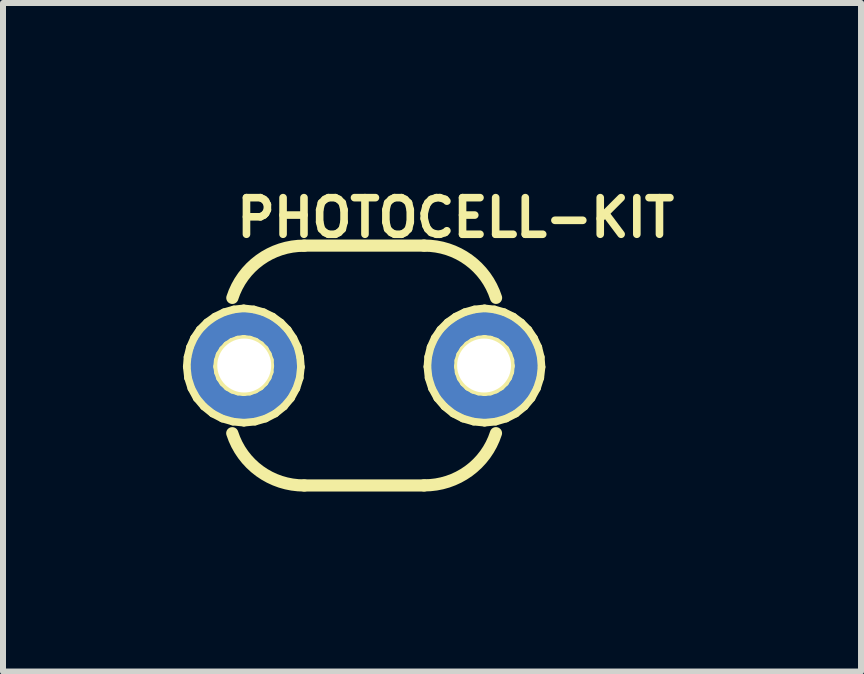
<source format=kicad_pcb>
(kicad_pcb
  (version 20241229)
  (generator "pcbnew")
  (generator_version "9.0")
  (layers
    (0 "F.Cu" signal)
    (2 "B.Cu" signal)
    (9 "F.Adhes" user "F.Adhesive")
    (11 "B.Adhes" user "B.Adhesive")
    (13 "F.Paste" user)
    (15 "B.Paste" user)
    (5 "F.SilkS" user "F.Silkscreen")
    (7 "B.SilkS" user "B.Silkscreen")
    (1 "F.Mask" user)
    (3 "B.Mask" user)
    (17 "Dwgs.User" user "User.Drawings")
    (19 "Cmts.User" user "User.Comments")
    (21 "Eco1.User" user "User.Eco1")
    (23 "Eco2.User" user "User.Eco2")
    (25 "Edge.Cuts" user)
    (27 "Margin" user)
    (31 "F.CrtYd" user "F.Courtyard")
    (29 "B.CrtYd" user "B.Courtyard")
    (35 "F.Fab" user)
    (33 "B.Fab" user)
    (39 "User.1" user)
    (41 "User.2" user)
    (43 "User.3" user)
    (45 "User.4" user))
  (footprint "PHOTOCELL-KIT"
    (layer "F.Cu")
    (at 3.02 3.043)
    (property "Reference" "PHOTOCELL-KIT" (at 1.524 -2.464 0) (layer "F.SilkS") (effects (font (size 0.61 0.61) (thickness 0.127))))
    (attr exclude_from_pos_files exclude_from_bom)
    (fp_line (start -2.957 0.02) (end -2.944 -0.142) (stroke (width 0.127) (type solid)) (layer "F.SilkS"))
    (fp_line (start -2.944 -0.142) (end -2.903 -0.307) (stroke (width 0.127) (type solid)) (layer "F.SilkS"))
    (fp_line (start -2.936 0.206) (end -2.957 0.02) (stroke (width 0.127) (type solid)) (layer "F.SilkS"))
    (fp_line (start -2.903 -0.307) (end -2.835 -0.46) (stroke (width 0.127) (type solid)) (layer "F.SilkS"))
    (fp_line (start -2.88 0.381) (end -2.936 0.206) (stroke (width 0.127) (type solid)) (layer "F.SilkS"))
    (fp_line (start -2.835 -0.46) (end -2.741 -0.599) (stroke (width 0.127) (type solid)) (layer "F.SilkS"))
    (fp_line (start -2.791 0.544) (end -2.88 0.381) (stroke (width 0.127) (type solid)) (layer "F.SilkS"))
    (fp_line (start -2.741 -0.599) (end -2.621 -0.719) (stroke (width 0.127) (type solid)) (layer "F.SilkS"))
    (fp_line (start -2.672 0.683) (end -2.791 0.544) (stroke (width 0.127) (type solid)) (layer "F.SilkS"))
    (fp_line (start -2.621 -0.719) (end -2.487 -0.815) (stroke (width 0.127) (type solid)) (layer "F.SilkS"))
    (fp_line (start -2.527 0.8) (end -2.672 0.683) (stroke (width 0.127) (type solid)) (layer "F.SilkS"))
    (fp_line (start -2.487 -0.815) (end -2.334 -0.889) (stroke (width 0.127) (type solid)) (layer "F.SilkS"))
    (fp_line (start -2.451 0.018) (end -2.441 -0.081) (stroke (width 0.127) (type solid)) (layer "F.SilkS"))
    (fp_line (start -2.441 -0.081) (end -2.41 -0.178) (stroke (width 0.127) (type solid)) (layer "F.SilkS"))
    (fp_line (start -2.436 0.114) (end -2.451 0.018) (stroke (width 0.127) (type solid)) (layer "F.SilkS"))
    (fp_line (start -2.41 -0.178) (end -2.357 -0.264) (stroke (width 0.127) (type solid)) (layer "F.SilkS"))
    (fp_line (start -2.403 0.206) (end -2.436 0.114) (stroke (width 0.127) (type solid)) (layer "F.SilkS"))
    (fp_line (start -2.365 0.884) (end -2.527 0.8) (stroke (width 0.127) (type solid)) (layer "F.SilkS"))
    (fp_line (start -2.357 -0.264) (end -2.286 -0.34) (stroke (width 0.127) (type solid)) (layer "F.SilkS"))
    (fp_line (start -2.349 0.287) (end -2.403 0.206) (stroke (width 0.127) (type solid)) (layer "F.SilkS"))
    (fp_line (start -2.334 -0.889) (end -2.172 -0.935) (stroke (width 0.127) (type solid)) (layer "F.SilkS"))
    (fp_line (start -2.286 -0.34) (end -2.202 -0.396) (stroke (width 0.127) (type solid)) (layer "F.SilkS"))
    (fp_line (start -2.278 0.356) (end -2.349 0.287) (stroke (width 0.127) (type solid)) (layer "F.SilkS"))
    (fp_line (start -2.202 -0.396) (end -2.106 -0.432) (stroke (width 0.127) (type solid)) (layer "F.SilkS"))
    (fp_line (start -2.195 0.404) (end -2.278 0.356) (stroke (width 0.127) (type solid)) (layer "F.SilkS"))
    (fp_line (start -2.187 0.935) (end -2.365 0.884) (stroke (width 0.127) (type solid)) (layer "F.SilkS"))
    (fp_line (start -2.172 -0.935) (end -2.007 -0.953) (stroke (width 0.127) (type solid)) (layer "F.SilkS"))
    (fp_line (start -2.106 -0.432) (end -2.007 -0.445) (stroke (width 0.127) (type solid)) (layer "F.SilkS"))
    (fp_line (start -2.103 0.434) (end -2.195 0.404) (stroke (width 0.127) (type solid)) (layer "F.SilkS"))
    (fp_line (start -2.007 -0.953) (end -1.839 -0.935) (stroke (width 0.127) (type solid)) (layer "F.SilkS"))
    (fp_line (start -2.007 -0.445) (end -1.905 -0.432) (stroke (width 0.127) (type solid)) (layer "F.SilkS"))
    (fp_line (start -2.007 0.445) (end -2.103 0.434) (stroke (width 0.127) (type solid)) (layer "F.SilkS"))
    (fp_line (start -2.004 0.953) (end -2.187 0.935) (stroke (width 0.127) (type solid)) (layer "F.SilkS"))
    (fp_line (start -1.908 0.434) (end -2.007 0.445) (stroke (width 0.127) (type solid)) (layer "F.SilkS"))
    (fp_line (start -1.905 -0.432) (end -1.811 -0.399) (stroke (width 0.127) (type solid)) (layer "F.SilkS"))
    (fp_line (start -1.839 -0.935) (end -1.676 -0.889) (stroke (width 0.127) (type solid)) (layer "F.SilkS"))
    (fp_line (start -1.819 0.935) (end -2.004 0.953) (stroke (width 0.127) (type solid)) (layer "F.SilkS"))
    (fp_line (start -1.816 0.401) (end -1.908 0.434) (stroke (width 0.127) (type solid)) (layer "F.SilkS"))
    (fp_line (start -1.811 -0.399) (end -1.727 -0.343) (stroke (width 0.127) (type solid)) (layer "F.SilkS"))
    (fp_line (start -1.732 0.351) (end -1.816 0.401) (stroke (width 0.127) (type solid)) (layer "F.SilkS"))
    (fp_line (start -1.727 -0.343) (end -1.656 -0.272) (stroke (width 0.127) (type solid)) (layer "F.SilkS"))
    (fp_line (start -1.676 -0.889) (end -1.524 -0.815) (stroke (width 0.127) (type solid)) (layer "F.SilkS"))
    (fp_line (start -1.661 0.282) (end -1.732 0.351) (stroke (width 0.127) (type solid)) (layer "F.SilkS"))
    (fp_line (start -1.656 -0.272) (end -1.605 -0.185) (stroke (width 0.127) (type solid)) (layer "F.SilkS"))
    (fp_line (start -1.643 0.884) (end -1.819 0.935) (stroke (width 0.127) (type solid)) (layer "F.SilkS"))
    (fp_line (start -1.608 0.198) (end -1.661 0.282) (stroke (width 0.127) (type solid)) (layer "F.SilkS"))
    (fp_line (start -1.605 -0.185) (end -1.572 -0.089) (stroke (width 0.127) (type solid)) (layer "F.SilkS"))
    (fp_line (start -1.575 0.107) (end -1.608 0.198) (stroke (width 0.127) (type solid)) (layer "F.SilkS"))
    (fp_line (start -1.572 -0.089) (end -1.565 0.008) (stroke (width 0.127) (type solid)) (layer "F.SilkS"))
    (fp_line (start -1.565 0.008) (end -1.575 0.107) (stroke (width 0.127) (type solid)) (layer "F.SilkS"))
    (fp_line (start -1.524 -0.815) (end -1.389 -0.716) (stroke (width 0.127) (type solid)) (layer "F.SilkS"))
    (fp_line (start -1.481 0.8) (end -1.643 0.884) (stroke (width 0.127) (type solid)) (layer "F.SilkS"))
    (fp_line (start -1.389 -0.716) (end -1.273 -0.597) (stroke (width 0.127) (type solid)) (layer "F.SilkS"))
    (fp_line (start -1.336 0.683) (end -1.481 0.8) (stroke (width 0.127) (type solid)) (layer "F.SilkS"))
    (fp_line (start -1.273 -0.597) (end -1.179 -0.457) (stroke (width 0.127) (type solid)) (layer "F.SilkS"))
    (fp_line (start -1.219 0.544) (end -1.336 0.683) (stroke (width 0.127) (type solid)) (layer "F.SilkS"))
    (fp_line (start -1.179 -0.457) (end -1.107 -0.305) (stroke (width 0.127) (type solid)) (layer "F.SilkS"))
    (fp_line (start -1.13 0.381) (end -1.219 0.544) (stroke (width 0.127) (type solid)) (layer "F.SilkS"))
    (fp_line (start -1.107 -0.305) (end -1.067 -0.14) (stroke (width 0.127) (type solid)) (layer "F.SilkS"))
    (fp_line (start -1.074 0.206) (end -1.13 0.381) (stroke (width 0.127) (type solid)) (layer "F.SilkS"))
    (fp_line (start -1.067 -0.14) (end -1.054 0.025) (stroke (width 0.127) (type solid)) (layer "F.SilkS"))
    (fp_line (start -1.054 0.025) (end -1.074 0.206) (stroke (width 0.127) (type solid)) (layer "F.SilkS"))
    (fp_line (start -0.998 -1.999) (end 0.998 -1.999) (stroke (width 0.203) (type solid)) (layer "F.SilkS"))
    (fp_line (start 0.998 1.999) (end -0.998 1.999) (stroke (width 0.203) (type solid)) (layer "F.SilkS"))
    (fp_line (start 1.054 0.02) (end 1.067 -0.142) (stroke (width 0.127) (type solid)) (layer "F.SilkS"))
    (fp_line (start 1.067 -0.142) (end 1.107 -0.307) (stroke (width 0.127) (type solid)) (layer "F.SilkS"))
    (fp_line (start 1.074 0.206) (end 1.054 0.02) (stroke (width 0.127) (type solid)) (layer "F.SilkS"))
    (fp_line (start 1.107 -0.307) (end 1.176 -0.46) (stroke (width 0.127) (type solid)) (layer "F.SilkS"))
    (fp_line (start 1.13 0.381) (end 1.074 0.206) (stroke (width 0.127) (type solid)) (layer "F.SilkS"))
    (fp_line (start 1.176 -0.46) (end 1.27 -0.599) (stroke (width 0.127) (type solid)) (layer "F.SilkS"))
    (fp_line (start 1.219 0.544) (end 1.13 0.381) (stroke (width 0.127) (type solid)) (layer "F.SilkS"))
    (fp_line (start 1.27 -0.599) (end 1.389 -0.719) (stroke (width 0.127) (type solid)) (layer "F.SilkS"))
    (fp_line (start 1.339 0.683) (end 1.219 0.544) (stroke (width 0.127) (type solid)) (layer "F.SilkS"))
    (fp_line (start 1.389 -0.719) (end 1.524 -0.815) (stroke (width 0.127) (type solid)) (layer "F.SilkS"))
    (fp_line (start 1.483 0.8) (end 1.339 0.683) (stroke (width 0.127) (type solid)) (layer "F.SilkS"))
    (fp_line (start 1.524 -0.815) (end 1.676 -0.889) (stroke (width 0.127) (type solid)) (layer "F.SilkS"))
    (fp_line (start 1.562 0.018) (end 1.57 -0.081) (stroke (width 0.127) (type solid)) (layer "F.SilkS"))
    (fp_line (start 1.57 -0.081) (end 1.6 -0.178) (stroke (width 0.127) (type solid)) (layer "F.SilkS"))
    (fp_line (start 1.575 0.114) (end 1.562 0.018) (stroke (width 0.127) (type solid)) (layer "F.SilkS"))
    (fp_line (start 1.6 -0.178) (end 1.654 -0.264) (stroke (width 0.127) (type solid)) (layer "F.SilkS"))
    (fp_line (start 1.608 0.206) (end 1.575 0.114) (stroke (width 0.127) (type solid)) (layer "F.SilkS"))
    (fp_line (start 1.646 0.884) (end 1.483 0.8) (stroke (width 0.127) (type solid)) (layer "F.SilkS"))
    (fp_line (start 1.654 -0.264) (end 1.725 -0.34) (stroke (width 0.127) (type solid)) (layer "F.SilkS"))
    (fp_line (start 1.661 0.287) (end 1.608 0.206) (stroke (width 0.127) (type solid)) (layer "F.SilkS"))
    (fp_line (start 1.676 -0.889) (end 1.839 -0.935) (stroke (width 0.127) (type solid)) (layer "F.SilkS"))
    (fp_line (start 1.725 -0.34) (end 1.808 -0.396) (stroke (width 0.127) (type solid)) (layer "F.SilkS"))
    (fp_line (start 1.732 0.356) (end 1.661 0.287) (stroke (width 0.127) (type solid)) (layer "F.SilkS"))
    (fp_line (start 1.808 -0.396) (end 1.905 -0.432) (stroke (width 0.127) (type solid)) (layer "F.SilkS"))
    (fp_line (start 1.816 0.404) (end 1.732 0.356) (stroke (width 0.127) (type solid)) (layer "F.SilkS"))
    (fp_line (start 1.824 0.935) (end 1.646 0.884) (stroke (width 0.127) (type solid)) (layer "F.SilkS"))
    (fp_line (start 1.839 -0.935) (end 2.007 -0.953) (stroke (width 0.127) (type solid)) (layer "F.SilkS"))
    (fp_line (start 1.905 -0.432) (end 2.007 -0.445) (stroke (width 0.127) (type solid)) (layer "F.SilkS"))
    (fp_line (start 1.908 0.434) (end 1.816 0.404) (stroke (width 0.127) (type solid)) (layer "F.SilkS"))
    (fp_line (start 2.007 -0.953) (end 2.172 -0.935) (stroke (width 0.127) (type solid)) (layer "F.SilkS"))
    (fp_line (start 2.007 -0.445) (end 2.106 -0.432) (stroke (width 0.127) (type solid)) (layer "F.SilkS"))
    (fp_line (start 2.007 0.445) (end 1.908 0.434) (stroke (width 0.127) (type solid)) (layer "F.SilkS"))
    (fp_line (start 2.007 0.953) (end 1.824 0.935) (stroke (width 0.127) (type solid)) (layer "F.SilkS"))
    (fp_line (start 2.103 0.434) (end 2.007 0.445) (stroke (width 0.127) (type solid)) (layer "F.SilkS"))
    (fp_line (start 2.106 -0.432) (end 2.2 -0.399) (stroke (width 0.127) (type solid)) (layer "F.SilkS"))
    (fp_line (start 2.172 -0.935) (end 2.334 -0.889) (stroke (width 0.127) (type solid)) (layer "F.SilkS"))
    (fp_line (start 2.192 0.935) (end 2.007 0.953) (stroke (width 0.127) (type solid)) (layer "F.SilkS"))
    (fp_line (start 2.195 0.401) (end 2.103 0.434) (stroke (width 0.127) (type solid)) (layer "F.SilkS"))
    (fp_line (start 2.2 -0.399) (end 2.283 -0.343) (stroke (width 0.127) (type solid)) (layer "F.SilkS"))
    (fp_line (start 2.278 0.351) (end 2.195 0.401) (stroke (width 0.127) (type solid)) (layer "F.SilkS"))
    (fp_line (start 2.283 -0.343) (end 2.355 -0.272) (stroke (width 0.127) (type solid)) (layer "F.SilkS"))
    (fp_line (start 2.334 -0.889) (end 2.487 -0.815) (stroke (width 0.127) (type solid)) (layer "F.SilkS"))
    (fp_line (start 2.349 0.282) (end 2.278 0.351) (stroke (width 0.127) (type solid)) (layer "F.SilkS"))
    (fp_line (start 2.355 -0.272) (end 2.405 -0.185) (stroke (width 0.127) (type solid)) (layer "F.SilkS"))
    (fp_line (start 2.367 0.884) (end 2.192 0.935) (stroke (width 0.127) (type solid)) (layer "F.SilkS"))
    (fp_line (start 2.403 0.198) (end 2.349 0.282) (stroke (width 0.127) (type solid)) (layer "F.SilkS"))
    (fp_line (start 2.405 -0.185) (end 2.438 -0.089) (stroke (width 0.127) (type solid)) (layer "F.SilkS"))
    (fp_line (start 2.436 0.107) (end 2.403 0.198) (stroke (width 0.127) (type solid)) (layer "F.SilkS"))
    (fp_line (start 2.438 -0.089) (end 2.446 0.008) (stroke (width 0.127) (type solid)) (layer "F.SilkS"))
    (fp_line (start 2.446 0.008) (end 2.436 0.107) (stroke (width 0.127) (type solid)) (layer "F.SilkS"))
    (fp_line (start 2.487 -0.815) (end 2.621 -0.716) (stroke (width 0.127) (type solid)) (layer "F.SilkS"))
    (fp_line (start 2.53 0.8) (end 2.367 0.884) (stroke (width 0.127) (type solid)) (layer "F.SilkS"))
    (fp_line (start 2.621 -0.716) (end 2.738 -0.597) (stroke (width 0.127) (type solid)) (layer "F.SilkS"))
    (fp_line (start 2.675 0.683) (end 2.53 0.8) (stroke (width 0.127) (type solid)) (layer "F.SilkS"))
    (fp_line (start 2.738 -0.597) (end 2.832 -0.457) (stroke (width 0.127) (type solid)) (layer "F.SilkS"))
    (fp_line (start 2.791 0.544) (end 2.675 0.683) (stroke (width 0.127) (type solid)) (layer "F.SilkS"))
    (fp_line (start 2.832 -0.457) (end 2.903 -0.305) (stroke (width 0.127) (type solid)) (layer "F.SilkS"))
    (fp_line (start 2.88 0.381) (end 2.791 0.544) (stroke (width 0.127) (type solid)) (layer "F.SilkS"))
    (fp_line (start 2.903 -0.305) (end 2.944 -0.14) (stroke (width 0.127) (type solid)) (layer "F.SilkS"))
    (fp_line (start 2.936 0.206) (end 2.88 0.381) (stroke (width 0.127) (type solid)) (layer "F.SilkS"))
    (fp_line (start 2.944 -0.14) (end 2.957 0.025) (stroke (width 0.127) (type solid)) (layer "F.SilkS"))
    (fp_line (start 2.957 0.025) (end 2.936 0.206) (stroke (width 0.127) (type solid)) (layer "F.SilkS"))
    (fp_arc (start -2.1971 -1.12776) (mid -1.740353 -1.75906) (end -0.99851 -1.997443) (stroke (width 0.2032) (type solid)) (layer "F.SilkS"))
    (fp_arc (start -0.99822 1.99898) (mid -1.74103 1.760471) (end -2.19848 1.128496) (stroke (width 0.2032) (type solid)) (layer "F.SilkS"))
    (fp_arc (start 0.99822 -1.99898) (mid 1.74103 -1.760471) (end 2.19848 -1.128496) (stroke (width 0.2032) (type solid)) (layer "F.SilkS"))
    (fp_arc (start 2.1971 1.12776) (mid 1.740353 1.75906) (end 0.99851 1.997443) (stroke (width 0.2032) (type solid)) (layer "F.SilkS"))
    (pad "1" thru_hole circle (at -1.999 0) (size 1.88 1.88) (drill 0.899) (layers "*.Cu" "*.Paste" "*.Mask"))
    (pad "2" thru_hole circle (at 1.999 0) (size 1.88 1.88) (drill 0.899) (layers "*.Cu" "*.Paste" "*.Mask")))
  (gr_rect
    (start -3 -3)
    (end 11.302 8.144)
    (stroke (width 0.1) (type default))
    (fill no)
    (layer "Edge.Cuts")))
</source>
